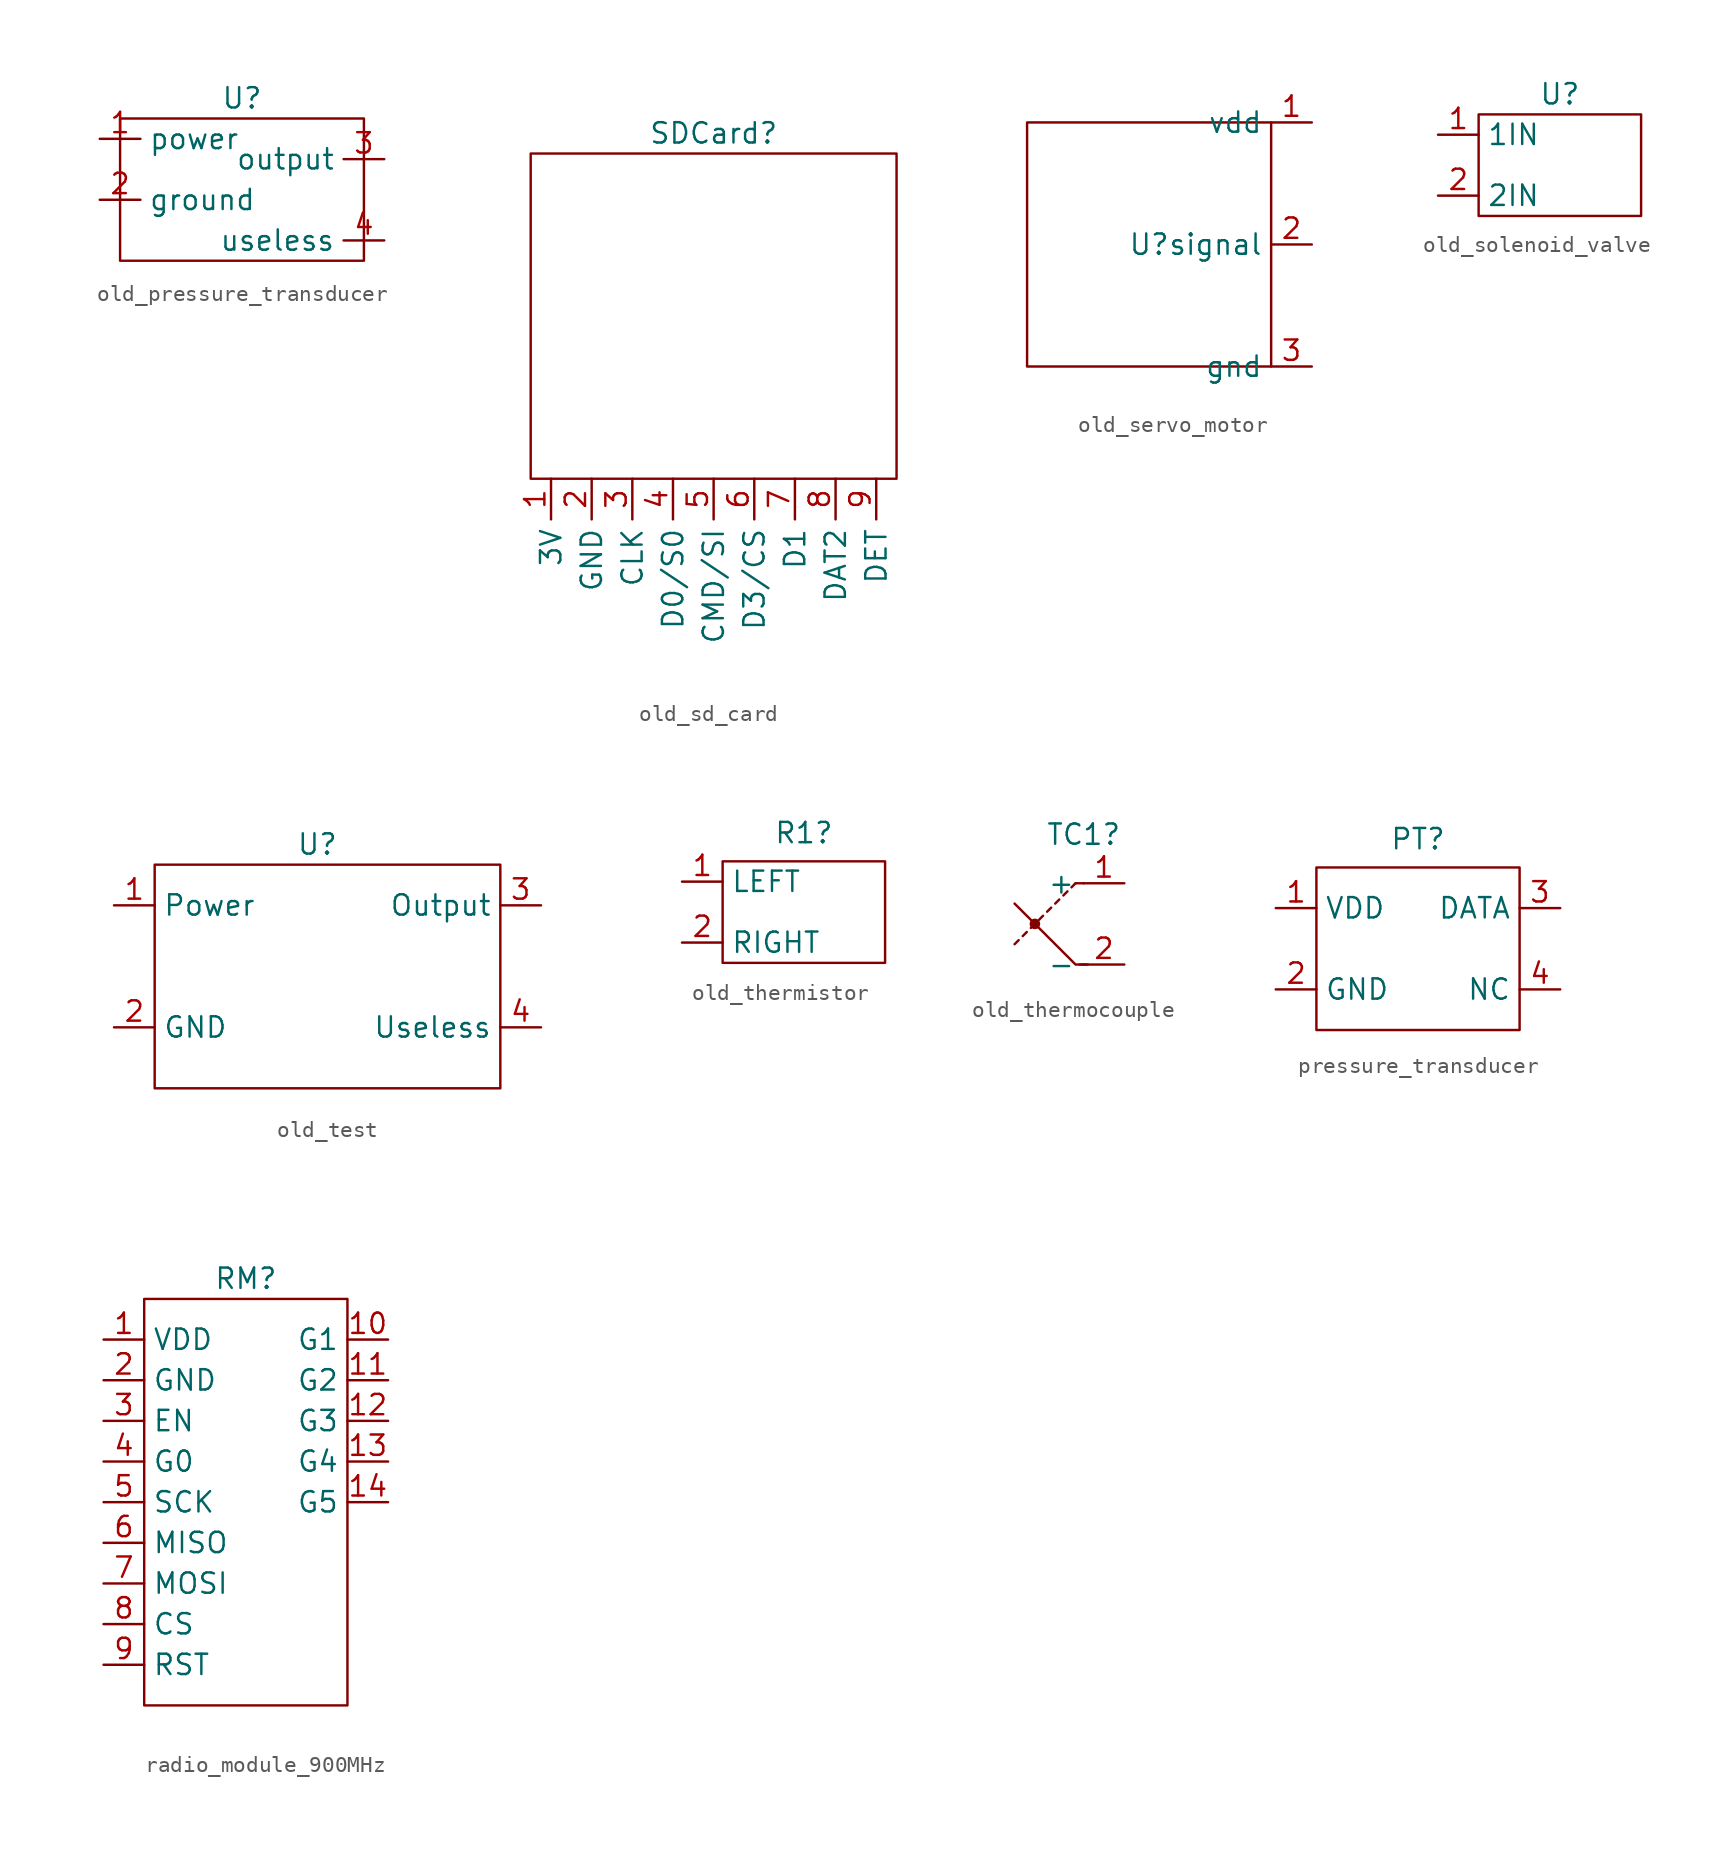
<source format=kicad_sym>
(kicad_symbol_lib
  (version 20231120)
  (generator "kicad_symbol_editor")
  (generator_version "8.0")
  (symbol "old_pressure_transducer"
    (property "Reference" "U"
      (at 0 0 0)
      (effects (font (size 1.27 1.27))))
    (property "Value" ""
      (at 0 0 0)
      (effects (font (size 1.27 1.27))))
    (symbol "old_pressure_transducer_0_1"
      (rectangle (start -7.62 -1.27) (end 7.62 -10.16) (stroke (width 0) (type default)) (fill (type none))))
    (symbol "old_pressure_transducer_1_1"
      (pin input line (at -8.89 -2.54 0) (length 2.54) (name "power" (effects (font (size 1.27 1.27)))) (number "1" (effects (font (size 1.27 1.27)))))
      (pin input line (at -8.89 -6.35 0) (length 2.54) (name "ground" (effects (font (size 1.27 1.27)))) (number "2" (effects (font (size 1.27 1.27)))))
      (pin output line (at 8.89 -3.81 180) (length 2.54) (name "output" (effects (font (size 1.27 1.27)))) (number "3" (effects (font (size 1.27 1.27)))))
      (pin output line (at 8.89 -8.89 180) (length 2.54) (name "useless" (effects (font (size 1.27 1.27)))) (number "4" (effects (font (size 1.27 1.27)))))))
  (symbol "old_sd_card"
    (property "Reference" "SDCard"
      (at 0 0 0)
      (effects (font (size 1.27 1.27))))
    (property "Value" ""
      (at 0 0 0)
      (effects (font (size 1.27 1.27))))
    (symbol "old_sd_card_0_1"
      (rectangle (start -11.43 -1.27) (end 11.43 -21.59) (stroke (width 0) (type default)) (fill (type none))))
    (symbol "old_sd_card_1_1"
      (pin power_in line (at -10.16 -21.59 270) (length 2.54) (name "3V" (effects (font (size 1.27 1.27)))) (number "1" (effects (font (size 1.27 1.27)))))
      (pin power_in line (at -7.62 -21.59 270) (length 2.54) (name "GND" (effects (font (size 1.27 1.27)))) (number "2" (effects (font (size 1.27 1.27)))))
      (pin input line (at -5.08 -21.59 270) (length 2.54) (name "CLK" (effects (font (size 1.27 1.27)))) (number "3" (effects (font (size 1.27 1.27)))))
      (pin output line (at -2.54 -21.59 270) (length 2.54) (name "D0/S0" (effects (font (size 1.27 1.27)))) (number "4" (effects (font (size 1.27 1.27)))))
      (pin input line (at 0 -21.59 270) (length 2.54) (name "CMD/SI" (effects (font (size 1.27 1.27)))) (number "5" (effects (font (size 1.27 1.27)))))
      (pin input line (at 2.54 -21.59 270) (length 2.54) (name "D3/CS" (effects (font (size 1.27 1.27)))) (number "6" (effects (font (size 1.27 1.27)))))
      (pin bidirectional line (at 5.08 -21.59 270) (length 2.54) (name "D1" (effects (font (size 1.27 1.27)))) (number "7" (effects (font (size 1.27 1.27)))))
      (pin bidirectional line (at 7.62 -21.59 270) (length 2.54) (name "DAT2" (effects (font (size 1.27 1.27)))) (number "8" (effects (font (size 1.27 1.27)))))
      (pin output line (at 10.16 -21.59 270) (length 2.54) (name "DET" (effects (font (size 1.27 1.27)))) (number "9" (effects (font (size 1.27 1.27)))))))
  (symbol "old_servo_motor"
    (property "Reference" "U"
      (at 0 0 0)
      (effects (font (size 1.27 1.27))))
    (property "Value" ""
      (at 0 0 0)
      (effects (font (size 1.27 1.27))))
    (symbol "old_servo_motor_0_1"
      (rectangle (start -7.62 7.62) (end 7.62 -7.62) (stroke (width 0) (type default)) (fill (type none))))
    (symbol "old_servo_motor_1_1"
      (pin input line (at 10.16 7.62 180) (length 2.54) (name "vdd" (effects (font (size 1.27 1.27)))) (number "1" (effects (font (size 1.27 1.27)))))
      (pin input line (at 10.16 0 180) (length 2.54) (name "signal" (effects (font (size 1.27 1.27)))) (number "2" (effects (font (size 1.27 1.27)))))
      (pin input line (at 10.16 -7.62 180) (length 2.54) (name "gnd" (effects (font (size 1.27 1.27)))) (number "3" (effects (font (size 1.27 1.27)))))))
  (symbol "old_solenoid_valve"
    (property "Reference" "U"
      (at 0 0 0)
      (effects (font (size 1.27 1.27))))
    (property "Value" ""
      (at 0 0 0)
      (effects (font (size 1.27 1.27))))
    (symbol "old_solenoid_valve_0_1"
      (rectangle (start -5.08 -1.27) (end 5.08 -7.62) (stroke (width 0) (type default)) (fill (type none))))
    (symbol "old_solenoid_valve_1_1"
      (pin input line (at -7.62 -2.54 0) (length 2.54) (name "1IN" (effects (font (size 1.27 1.27)))) (number "1" (effects (font (size 1.27 1.27)))))
      (pin input line (at -7.62 -6.35 0) (length 2.54) (name "2IN" (effects (font (size 1.27 1.27)))) (number "2" (effects (font (size 1.27 1.27)))))))
  (symbol "old_test"
    (property "Reference" "U"
      (at 0 0 0)
      (effects (font (size 1.27 1.27))))
    (property "Value" ""
      (at 0 0 0)
      (effects (font (size 1.27 1.27))))
    (symbol "old_test_0_1"
      (rectangle (start -10.16 -1.27) (end 11.43 -15.24) (stroke (width 0) (type default)) (fill (type none))))
    (symbol "old_test_1_1"
      (pin input line (at -12.7 -3.81 0) (length 2.54) (name "Power" (effects (font (size 1.27 1.27)))) (number "1" (effects (font (size 1.27 1.27)))))
      (pin input line (at -12.7 -11.43 0) (length 2.54) (name "GND" (effects (font (size 1.27 1.27)))) (number "2" (effects (font (size 1.27 1.27)))))
      (pin output line (at 13.97 -3.81 180) (length 2.54) (name "Output" (effects (font (size 1.27 1.27)))) (number "3" (effects (font (size 1.27 1.27)))))
      (pin output line (at 13.97 -11.43 180) (length 2.54) (name "Useless" (effects (font (size 1.27 1.27)))) (number "4" (effects (font (size 1.27 1.27)))))))
  (symbol "old_thermistor"
    (property "Reference" "R1"
      (at 0 4.318 0)
      (effects (font (size 1.27 1.27))))
    (property "Value" ""
      (at -0.762 0 0)
      (effects (font (size 1.27 1.27))))
    (symbol "old_thermistor_0_1"
      (rectangle (start -5.08 2.54) (end 5.08 -3.81) (stroke (width 0) (type default)) (fill (type none))))
    (symbol "old_thermistor_1_1"
      (pin bidirectional line (at -7.62 1.27 0) (length 2.54) (name "LEFT" (effects (font (size 1.27 1.27)))) (number "1" (effects (font (size 1.27 1.27)))))
      (pin bidirectional line (at -7.62 -2.54 0) (length 2.54) (name "RIGHT" (effects (font (size 1.27 1.27)))) (number "2" (effects (font (size 1.27 1.27)))))))
  (symbol "old_thermocouple"
    (property "Reference" "TC1"
      (at 0 5.588 0)
      (effects (font (size 1.27 1.27))))
    (property "Value" ""
      (at 0 0 0)
      (effects (font (size 1.27 1.27))))
    (symbol "old_thermocouple_0_1"
      (circle (center -3.048 0) (radius 0.254) (stroke (width 0) (type default)) (fill (type outline)))
      (polyline (pts (xy -4.064 -1.016) (xy -4.318 -1.27)) (stroke (width 0) (type default)) (fill (type none)))
      (polyline (pts (xy -3.556 -0.508) (xy -3.81 -0.762)) (stroke (width 0) (type default)) (fill (type none)))
      (polyline (pts (xy -3.048 0) (xy -3.302 -0.254)) (stroke (width 0) (type default)) (fill (type none)))
      (polyline (pts (xy -2.54 0.508) (xy -2.794 0.254)) (stroke (width 0) (type default)) (fill (type none)))
      (polyline (pts (xy -2.032 1.016) (xy -2.286 0.762)) (stroke (width 0) (type default)) (fill (type none)))
      (polyline (pts (xy -1.524 1.524) (xy -1.778 1.27)) (stroke (width 0) (type default)) (fill (type none)))
      (polyline (pts (xy -1.016 2.032) (xy -1.27 1.778)) (stroke (width 0) (type default)) (fill (type none)))
      (polyline (pts (xy -0.508 2.54) (xy -0.762 2.286)) (stroke (width 0) (type default)) (fill (type none)))
      (polyline (pts (xy 0 -2.54) (xy -0.254 -2.54)) (stroke (width 0) (type default)) (fill (type none)))
      (polyline (pts (xy 0 2.54) (xy -0.508 2.54)) (stroke (width 0) (type default)) (fill (type none)))
      (polyline (pts (xy 0.254 -2.54) (xy -0.508 -2.54) (xy -4.318 1.27)) (stroke (width 0) (type default)) (fill (type none))))
    (symbol "old_thermocouple_1_1"
      (pin passive line (at 2.54 2.54 180) (length 2.54) (name "+" (effects (font (size 1.27 1.27)))) (number "1" (effects (font (size 1.27 1.27)))))
      (pin passive line (at 2.54 -2.54 180) (length 2.54) (name "-" (effects (font (size 1.27 1.27)))) (number "2" (effects (font (size 1.27 1.27)))))))
  (symbol "pressure_transducer"
    (property "Reference" "PT"
      (at 0 6.858 0)
      (effects (font (size 1.27 1.27))))
    (property "Value" ""
      (at 0 0 0)
      (effects (font (size 1.27 1.27))))
    (symbol "pressure_transducer_0_1"
      (rectangle (start -6.35 5.08) (end 6.35 -5.08) (stroke (width 0) (type default)) (fill (type none))))
    (symbol "pressure_transducer_1_1"
      (pin input line (at -8.89 2.54 0) (length 2.54) (name "VDD" (effects (font (size 1.27 1.27)))) (number "1" (effects (font (size 1.27 1.27)))))
      (pin input line (at -8.89 -2.54 0) (length 2.54) (name "GND" (effects (font (size 1.27 1.27)))) (number "2" (effects (font (size 1.27 1.27)))))
      (pin output line (at 8.89 2.54 180) (length 2.54) (name "DATA" (effects (font (size 1.27 1.27)))) (number "3" (effects (font (size 1.27 1.27)))))
      (pin output line (at 8.89 -2.54 180) (length 2.54) (name "NC" (effects (font (size 1.27 1.27)))) (number "4" (effects (font (size 1.27 1.27)))))))
  (symbol "radio_module_900MHz"
    (property "Reference" "RM"
      (at 0 0 0)
      (effects (font (size 1.27 1.27))))
    (property "Value" ""
      (at 11.43 0 0)
      (effects (font (size 1.27 1.27))))
    (symbol "radio_module_900MHz_0_1"
      (rectangle (start -6.35 -1.27) (end 6.35 -26.67) (stroke (width 0) (type default)) (fill (type none))))
    (symbol "radio_module_900MHz_1_1"
      (pin output line (at -8.89 -3.81 0) (length 2.54) (name "VDD" (effects (font (size 1.27 1.27)))) (number "1" (effects (font (size 1.27 1.27)))))
      (pin bidirectional line (at 8.89 -3.81 180) (length 2.54) (name "G1" (effects (font (size 1.27 1.27)))) (number "10" (effects (font (size 1.27 1.27)))))
      (pin bidirectional line (at 8.89 -6.35 180) (length 2.54) (name "G2" (effects (font (size 1.27 1.27)))) (number "11" (effects (font (size 1.27 1.27)))))
      (pin bidirectional line (at 8.89 -8.89 180) (length 2.54) (name "G3" (effects (font (size 1.27 1.27)))) (number "12" (effects (font (size 1.27 1.27)))))
      (pin bidirectional line (at 8.89 -11.43 180) (length 2.54) (name "G4" (effects (font (size 1.27 1.27)))) (number "13" (effects (font (size 1.27 1.27)))))
      (pin bidirectional line (at 8.89 -13.97 180) (length 2.54) (name "G5" (effects (font (size 1.27 1.27)))) (number "14" (effects (font (size 1.27 1.27)))))
      (pin output line (at -8.89 -6.35 0) (length 2.54) (name "GND" (effects (font (size 1.27 1.27)))) (number "2" (effects (font (size 1.27 1.27)))))
      (pin output line (at -8.89 -8.89 0) (length 2.54) (name "EN" (effects (font (size 1.27 1.27)))) (number "3" (effects (font (size 1.27 1.27)))))
      (pin bidirectional line (at -8.89 -11.43 0) (length 2.54) (name "G0" (effects (font (size 1.27 1.27)))) (number "4" (effects (font (size 1.27 1.27)))))
      (pin output line (at -8.89 -13.97 0) (length 2.54) (name "SCK" (effects (font (size 1.27 1.27)))) (number "5" (effects (font (size 1.27 1.27)))))
      (pin input line (at -8.89 -16.51 0) (length 2.54) (name "MISO" (effects (font (size 1.27 1.27)))) (number "6" (effects (font (size 1.27 1.27)))))
      (pin output line (at -8.89 -19.05 0) (length 2.54) (name "MOSI" (effects (font (size 1.27 1.27)))) (number "7" (effects (font (size 1.27 1.27)))))
      (pin output line (at -8.89 -21.59 0) (length 2.54) (name "CS" (effects (font (size 1.27 1.27)))) (number "8" (effects (font (size 1.27 1.27)))))
      (pin output line (at -8.89 -24.13 0) (length 2.54) (name "RST" (effects (font (size 1.27 1.27)))) (number "9" (effects (font (size 1.27 1.27))))))))
</source>
